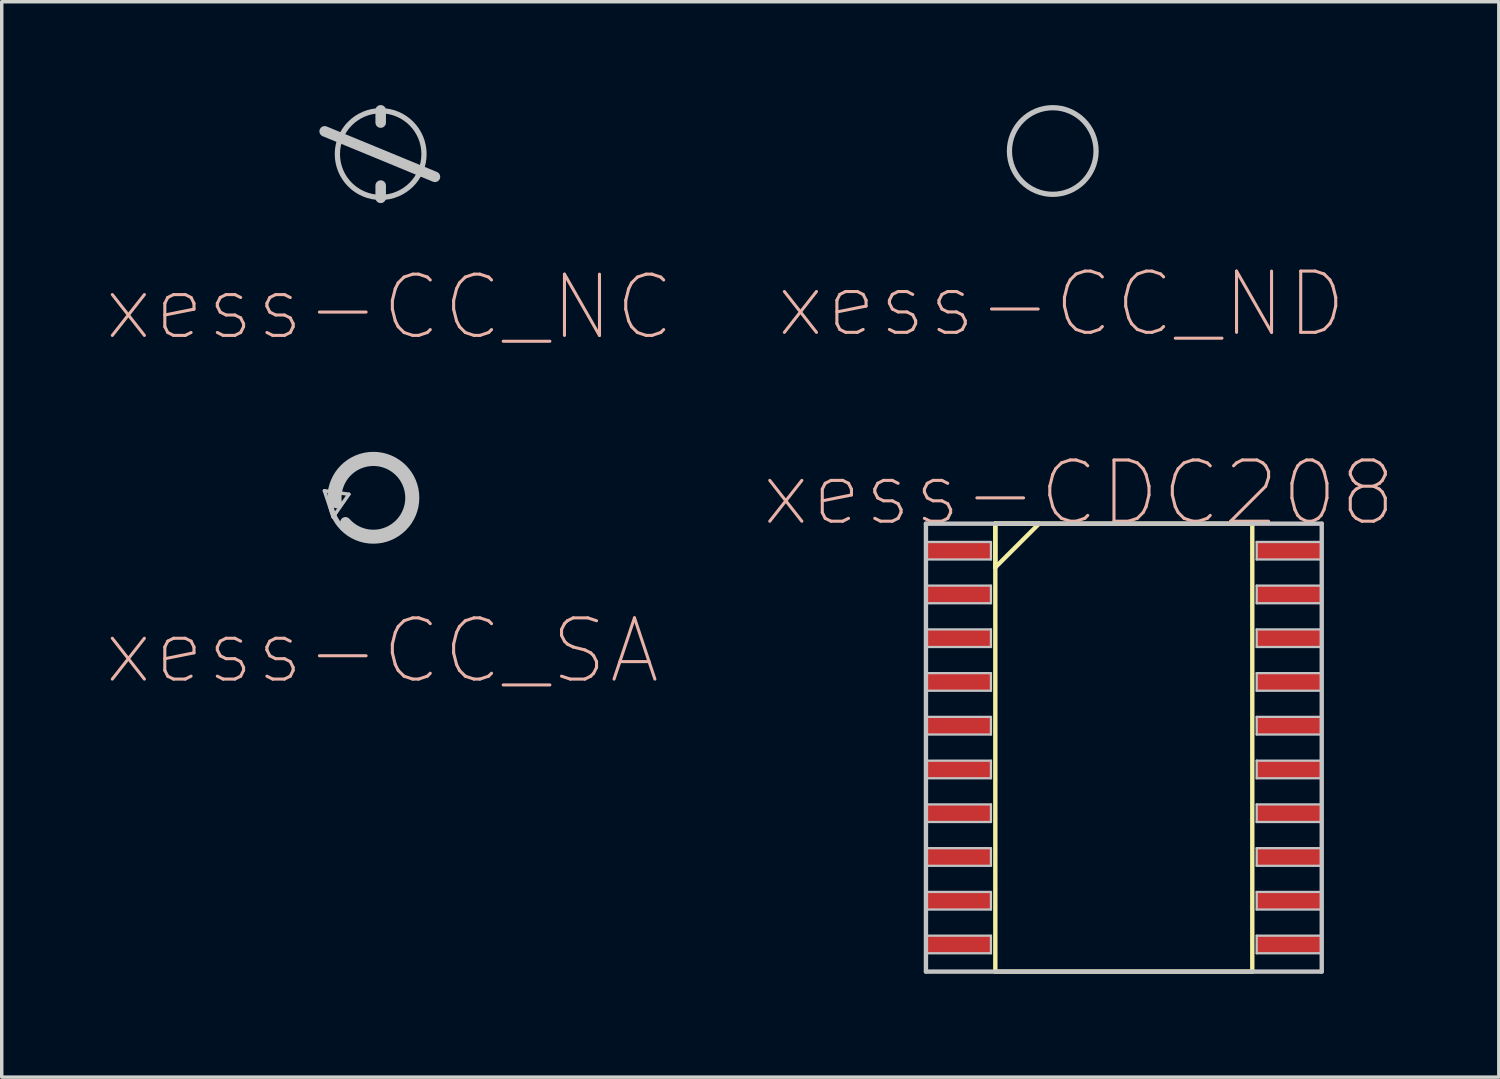
<source format=kicad_pcb>
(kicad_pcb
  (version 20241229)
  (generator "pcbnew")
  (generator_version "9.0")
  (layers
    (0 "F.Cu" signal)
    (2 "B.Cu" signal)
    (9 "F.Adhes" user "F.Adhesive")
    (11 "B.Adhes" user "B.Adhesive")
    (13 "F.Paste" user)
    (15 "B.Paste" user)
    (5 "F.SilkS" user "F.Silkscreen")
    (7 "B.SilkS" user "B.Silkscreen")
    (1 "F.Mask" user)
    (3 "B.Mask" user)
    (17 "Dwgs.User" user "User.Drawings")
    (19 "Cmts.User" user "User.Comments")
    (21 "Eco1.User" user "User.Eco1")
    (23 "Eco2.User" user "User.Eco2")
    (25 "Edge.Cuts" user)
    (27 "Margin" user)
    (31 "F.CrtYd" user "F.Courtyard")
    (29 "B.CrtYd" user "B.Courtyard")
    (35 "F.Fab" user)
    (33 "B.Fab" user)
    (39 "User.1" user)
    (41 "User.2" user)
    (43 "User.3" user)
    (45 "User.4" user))
  (footprint "xess-CDC208"
    (layer "F.Cu")
    (at 24.878 12.934)
    (property "Reference" "xess-CDC208" (at 3.388 -1.674 0) (layer "B.SilkS") (effects (font (size 1.778 1.778) (thickness 0.089))))
    (attr smd)
    (fp_line (start 0.96 -0.785) (end 0.96 0.483) (stroke (width 0.127) (type solid)) (layer "F.SilkS"))
    (fp_line (start 0.96 -0.785) (end 0.96 12.215) (stroke (width 0.127) (type solid)) (layer "F.SilkS"))
    (fp_line (start 0.96 0.483) (end 2.23 -0.785) (stroke (width 0.127) (type solid)) (layer "F.SilkS"))
    (fp_line (start 0.96 12.215) (end 8.418 12.215) (stroke (width 0.127) (type solid)) (layer "F.SilkS"))
    (fp_line (start 2.23 -0.785) (end 0.96 -0.785) (stroke (width 0.127) (type solid)) (layer "F.SilkS"))
    (fp_line (start 8.418 -0.785) (end 0.96 -0.785) (stroke (width 0.127) (type solid)) (layer "F.SilkS"))
    (fp_line (start 8.418 12.215) (end 8.418 -0.785) (stroke (width 0.127) (type solid)) (layer "F.SilkS"))
    (fp_line (start -1.054 -0.785) (end -1.054 12.215) (stroke (width 0.127) (type solid)) (layer "Dwgs.User"))
    (fp_line (start -1.054 -0.254) (end 0.833 -0.254) (stroke (width 0.066) (type solid)) (layer "Dwgs.User"))
    (fp_line (start -1.054 0.254) (end -1.054 -0.254) (stroke (width 0.066) (type solid)) (layer "Dwgs.User"))
    (fp_line (start -1.054 0.254) (end 0.833 0.254) (stroke (width 0.066) (type solid)) (layer "Dwgs.User"))
    (fp_line (start -1.054 1.013) (end 0.833 1.013) (stroke (width 0.066) (type solid)) (layer "Dwgs.User"))
    (fp_line (start -1.054 1.524) (end -1.054 1.013) (stroke (width 0.066) (type solid)) (layer "Dwgs.User"))
    (fp_line (start -1.054 1.524) (end 0.833 1.524) (stroke (width 0.066) (type solid)) (layer "Dwgs.User"))
    (fp_line (start -1.054 2.283) (end 0.833 2.283) (stroke (width 0.066) (type solid)) (layer "Dwgs.User"))
    (fp_line (start -1.054 2.794) (end -1.054 2.283) (stroke (width 0.066) (type solid)) (layer "Dwgs.User"))
    (fp_line (start -1.054 2.794) (end 0.833 2.794) (stroke (width 0.066) (type solid)) (layer "Dwgs.User"))
    (fp_line (start -1.054 3.553) (end 0.833 3.553) (stroke (width 0.066) (type solid)) (layer "Dwgs.User"))
    (fp_line (start -1.054 4.064) (end -1.054 3.553) (stroke (width 0.066) (type solid)) (layer "Dwgs.User"))
    (fp_line (start -1.054 4.064) (end 0.833 4.064) (stroke (width 0.066) (type solid)) (layer "Dwgs.User"))
    (fp_line (start -1.054 4.823) (end 0.833 4.823) (stroke (width 0.066) (type solid)) (layer "Dwgs.User"))
    (fp_line (start -1.054 5.334) (end -1.054 4.823) (stroke (width 0.066) (type solid)) (layer "Dwgs.User"))
    (fp_line (start -1.054 5.334) (end 0.833 5.334) (stroke (width 0.066) (type solid)) (layer "Dwgs.User"))
    (fp_line (start -1.054 6.093) (end 0.833 6.093) (stroke (width 0.066) (type solid)) (layer "Dwgs.User"))
    (fp_line (start -1.054 6.604) (end -1.054 6.093) (stroke (width 0.066) (type solid)) (layer "Dwgs.User"))
    (fp_line (start -1.054 6.604) (end 0.833 6.604) (stroke (width 0.066) (type solid)) (layer "Dwgs.User"))
    (fp_line (start -1.054 7.363) (end 0.833 7.363) (stroke (width 0.066) (type solid)) (layer "Dwgs.User"))
    (fp_line (start -1.054 7.874) (end -1.054 7.363) (stroke (width 0.066) (type solid)) (layer "Dwgs.User"))
    (fp_line (start -1.054 7.874) (end 0.833 7.874) (stroke (width 0.066) (type solid)) (layer "Dwgs.User"))
    (fp_line (start -1.054 8.633) (end 0.833 8.633) (stroke (width 0.066) (type solid)) (layer "Dwgs.User"))
    (fp_line (start -1.054 9.144) (end -1.054 8.633) (stroke (width 0.066) (type solid)) (layer "Dwgs.User"))
    (fp_line (start -1.054 9.144) (end 0.833 9.144) (stroke (width 0.066) (type solid)) (layer "Dwgs.User"))
    (fp_line (start -1.054 9.903) (end 0.833 9.903) (stroke (width 0.066) (type solid)) (layer "Dwgs.User"))
    (fp_line (start -1.054 10.414) (end -1.054 9.903) (stroke (width 0.066) (type solid)) (layer "Dwgs.User"))
    (fp_line (start -1.054 10.414) (end 0.833 10.414) (stroke (width 0.066) (type solid)) (layer "Dwgs.User"))
    (fp_line (start -1.054 11.173) (end 0.833 11.173) (stroke (width 0.066) (type solid)) (layer "Dwgs.User"))
    (fp_line (start -1.054 11.684) (end -1.054 11.173) (stroke (width 0.066) (type solid)) (layer "Dwgs.User"))
    (fp_line (start -1.054 11.684) (end 0.833 11.684) (stroke (width 0.066) (type solid)) (layer "Dwgs.User"))
    (fp_line (start -1.054 12.215) (end 10.434 12.215) (stroke (width 0.127) (type solid)) (layer "Dwgs.User"))
    (fp_line (start 0.833 0.254) (end 0.833 -0.254) (stroke (width 0.066) (type solid)) (layer "Dwgs.User"))
    (fp_line (start 0.833 1.524) (end 0.833 1.013) (stroke (width 0.066) (type solid)) (layer "Dwgs.User"))
    (fp_line (start 0.833 2.794) (end 0.833 2.283) (stroke (width 0.066) (type solid)) (layer "Dwgs.User"))
    (fp_line (start 0.833 4.064) (end 0.833 3.553) (stroke (width 0.066) (type solid)) (layer "Dwgs.User"))
    (fp_line (start 0.833 5.334) (end 0.833 4.823) (stroke (width 0.066) (type solid)) (layer "Dwgs.User"))
    (fp_line (start 0.833 6.604) (end 0.833 6.093) (stroke (width 0.066) (type solid)) (layer "Dwgs.User"))
    (fp_line (start 0.833 7.874) (end 0.833 7.363) (stroke (width 0.066) (type solid)) (layer "Dwgs.User"))
    (fp_line (start 0.833 9.144) (end 0.833 8.633) (stroke (width 0.066) (type solid)) (layer "Dwgs.User"))
    (fp_line (start 0.833 10.414) (end 0.833 9.903) (stroke (width 0.066) (type solid)) (layer "Dwgs.User"))
    (fp_line (start 0.833 11.684) (end 0.833 11.173) (stroke (width 0.066) (type solid)) (layer "Dwgs.User"))
    (fp_line (start 8.545 -0.254) (end 10.434 -0.254) (stroke (width 0.066) (type solid)) (layer "Dwgs.User"))
    (fp_line (start 8.545 0.254) (end 8.545 -0.254) (stroke (width 0.066) (type solid)) (layer "Dwgs.User"))
    (fp_line (start 8.545 0.254) (end 10.434 0.254) (stroke (width 0.066) (type solid)) (layer "Dwgs.User"))
    (fp_line (start 8.545 1.013) (end 10.434 1.013) (stroke (width 0.066) (type solid)) (layer "Dwgs.User"))
    (fp_line (start 8.545 1.524) (end 8.545 1.013) (stroke (width 0.066) (type solid)) (layer "Dwgs.User"))
    (fp_line (start 8.545 1.524) (end 10.434 1.524) (stroke (width 0.066) (type solid)) (layer "Dwgs.User"))
    (fp_line (start 8.545 2.283) (end 10.434 2.283) (stroke (width 0.066) (type solid)) (layer "Dwgs.User"))
    (fp_line (start 8.545 2.794) (end 8.545 2.283) (stroke (width 0.066) (type solid)) (layer "Dwgs.User"))
    (fp_line (start 8.545 2.794) (end 10.434 2.794) (stroke (width 0.066) (type solid)) (layer "Dwgs.User"))
    (fp_line (start 8.545 3.553) (end 10.434 3.553) (stroke (width 0.066) (type solid)) (layer "Dwgs.User"))
    (fp_line (start 8.545 4.064) (end 8.545 3.553) (stroke (width 0.066) (type solid)) (layer "Dwgs.User"))
    (fp_line (start 8.545 4.064) (end 10.434 4.064) (stroke (width 0.066) (type solid)) (layer "Dwgs.User"))
    (fp_line (start 8.545 4.823) (end 10.434 4.823) (stroke (width 0.066) (type solid)) (layer "Dwgs.User"))
    (fp_line (start 8.545 5.334) (end 8.545 4.823) (stroke (width 0.066) (type solid)) (layer "Dwgs.User"))
    (fp_line (start 8.545 5.334) (end 10.434 5.334) (stroke (width 0.066) (type solid)) (layer "Dwgs.User"))
    (fp_line (start 8.545 6.093) (end 10.434 6.093) (stroke (width 0.066) (type solid)) (layer "Dwgs.User"))
    (fp_line (start 8.545 6.604) (end 8.545 6.093) (stroke (width 0.066) (type solid)) (layer "Dwgs.User"))
    (fp_line (start 8.545 6.604) (end 10.434 6.604) (stroke (width 0.066) (type solid)) (layer "Dwgs.User"))
    (fp_line (start 8.545 7.363) (end 10.434 7.363) (stroke (width 0.066) (type solid)) (layer "Dwgs.User"))
    (fp_line (start 8.545 7.874) (end 8.545 7.363) (stroke (width 0.066) (type solid)) (layer "Dwgs.User"))
    (fp_line (start 8.545 7.874) (end 10.434 7.874) (stroke (width 0.066) (type solid)) (layer "Dwgs.User"))
    (fp_line (start 8.545 8.633) (end 10.434 8.633) (stroke (width 0.066) (type solid)) (layer "Dwgs.User"))
    (fp_line (start 8.545 9.144) (end 8.545 8.633) (stroke (width 0.066) (type solid)) (layer "Dwgs.User"))
    (fp_line (start 8.545 9.144) (end 10.434 9.144) (stroke (width 0.066) (type solid)) (layer "Dwgs.User"))
    (fp_line (start 8.545 9.903) (end 10.434 9.903) (stroke (width 0.066) (type solid)) (layer "Dwgs.User"))
    (fp_line (start 8.545 10.414) (end 8.545 9.903) (stroke (width 0.066) (type solid)) (layer "Dwgs.User"))
    (fp_line (start 8.545 10.414) (end 10.434 10.414) (stroke (width 0.066) (type solid)) (layer "Dwgs.User"))
    (fp_line (start 8.545 11.173) (end 10.434 11.173) (stroke (width 0.066) (type solid)) (layer "Dwgs.User"))
    (fp_line (start 8.545 11.684) (end 8.545 11.173) (stroke (width 0.066) (type solid)) (layer "Dwgs.User"))
    (fp_line (start 8.545 11.684) (end 10.434 11.684) (stroke (width 0.066) (type solid)) (layer "Dwgs.User"))
    (fp_line (start 10.434 -0.785) (end -1.054 -0.785) (stroke (width 0.127) (type solid)) (layer "Dwgs.User"))
    (fp_line (start 10.434 0.254) (end 10.434 -0.254) (stroke (width 0.066) (type solid)) (layer "Dwgs.User"))
    (fp_line (start 10.434 1.524) (end 10.434 1.013) (stroke (width 0.066) (type solid)) (layer "Dwgs.User"))
    (fp_line (start 10.434 2.794) (end 10.434 2.283) (stroke (width 0.066) (type solid)) (layer "Dwgs.User"))
    (fp_line (start 10.434 4.064) (end 10.434 3.553) (stroke (width 0.066) (type solid)) (layer "Dwgs.User"))
    (fp_line (start 10.434 5.334) (end 10.434 4.823) (stroke (width 0.066) (type solid)) (layer "Dwgs.User"))
    (fp_line (start 10.434 6.604) (end 10.434 6.093) (stroke (width 0.066) (type solid)) (layer "Dwgs.User"))
    (fp_line (start 10.434 7.874) (end 10.434 7.363) (stroke (width 0.066) (type solid)) (layer "Dwgs.User"))
    (fp_line (start 10.434 9.144) (end 10.434 8.633) (stroke (width 0.066) (type solid)) (layer "Dwgs.User"))
    (fp_line (start 10.434 10.414) (end 10.434 9.903) (stroke (width 0.066) (type solid)) (layer "Dwgs.User"))
    (fp_line (start 10.434 11.684) (end 10.434 11.173) (stroke (width 0.066) (type solid)) (layer "Dwgs.User"))
    (fp_line (start 10.434 12.215) (end 10.434 -0.785) (stroke (width 0.127) (type solid)) (layer "Dwgs.User"))
    (pad "1" smd rect (at -0.109 0) (size 1.89 0.508) (layers "F.Cu" "F.Mask" "F.Paste"))
    (pad "2" smd rect (at -0.109 1.27) (size 1.89 0.508) (layers "F.Cu" "F.Mask" "F.Paste"))
    (pad "3" smd rect (at -0.109 2.54) (size 1.89 0.508) (layers "F.Cu" "F.Mask" "F.Paste"))
    (pad "4" smd rect (at -0.109 3.81) (size 1.89 0.508) (layers "F.Cu" "F.Mask" "F.Paste"))
    (pad "5" smd rect (at -0.109 5.08) (size 1.89 0.508) (layers "F.Cu" "F.Mask" "F.Paste"))
    (pad "6" smd rect (at -0.109 6.35) (size 1.89 0.508) (layers "F.Cu" "F.Mask" "F.Paste"))
    (pad "7" smd rect (at -0.109 7.62) (size 1.89 0.508) (layers "F.Cu" "F.Mask" "F.Paste"))
    (pad "8" smd rect (at -0.109 8.89) (size 1.89 0.508) (layers "F.Cu" "F.Mask" "F.Paste"))
    (pad "9" smd rect (at -0.109 10.16) (size 1.89 0.508) (layers "F.Cu" "F.Mask" "F.Paste"))
    (pad "10" smd rect (at -0.109 11.43) (size 1.89 0.508) (layers "F.Cu" "F.Mask" "F.Paste"))
    (pad "11" smd rect (at 9.489 11.43) (size 1.89 0.508) (layers "F.Cu" "F.Mask" "F.Paste"))
    (pad "12" smd rect (at 9.489 10.16) (size 1.89 0.508) (layers "F.Cu" "F.Mask" "F.Paste"))
    (pad "13" smd rect (at 9.489 8.89) (size 1.89 0.508) (layers "F.Cu" "F.Mask" "F.Paste"))
    (pad "14" smd rect (at 9.489 7.62) (size 1.89 0.508) (layers "F.Cu" "F.Mask" "F.Paste"))
    (pad "15" smd rect (at 9.489 6.35) (size 1.89 0.508) (layers "F.Cu" "F.Mask" "F.Paste"))
    (pad "16" smd rect (at 9.489 5.08) (size 1.89 0.508) (layers "F.Cu" "F.Mask" "F.Paste"))
    (pad "17" smd rect (at 9.489 3.81) (size 1.89 0.508) (layers "F.Cu" "F.Mask" "F.Paste"))
    (pad "18" smd rect (at 9.489 2.54) (size 1.89 0.508) (layers "F.Cu" "F.Mask" "F.Paste"))
    (pad "19" smd rect (at 9.489 1.27) (size 1.89 0.508) (layers "F.Cu" "F.Mask" "F.Paste"))
    (pad "20" smd rect (at 9.489 0) (size 1.89 0.508) (layers "F.Cu" "F.Mask" "F.Paste")))
  (footprint "xess-CC_NC"
    (layer "F.Cu")
    (at 7.999 1.422)
    (property "Reference" "xess-CC_NC" (at 0.254 4.445 0) (layer "B.SilkS") (effects (font (size 1.778 1.778) (thickness 0.089))))
    (attr exclude_from_pos_files exclude_from_bom)
    (fp_line (start -1.626 -0.66) (end 1.575 0.66) (stroke (width 0.305) (type solid)) (layer "Dwgs.User"))
    (fp_line (start 0 -0.914) (end 0 -1.27) (stroke (width 0.305) (type solid)) (layer "Dwgs.User"))
    (fp_line (start 0 1.27) (end 0 0.914) (stroke (width 0.305) (type solid)) (layer "Dwgs.User"))
    (fp_circle (center 0 0) (end -0.889 0.889) (stroke (width 0.152) (type solid)) (fill no) (layer "Dwgs.User")))
  (footprint "xess-CC_ND"
    (layer "F.Cu")
    (at 27.505 1.333)
    (property "Reference" "xess-CC_ND" (at 0.254 4.445 0) (layer "B.SilkS") (effects (font (size 1.778 1.778) (thickness 0.089))))
    (attr exclude_from_pos_files exclude_from_bom)
    (fp_circle (center 0 0) (end -0.889 0.889) (stroke (width 0.152) (type solid)) (fill no) (layer "Dwgs.User")))
  (footprint "xess-CC_SA"
    (layer "F.Cu")
    (at 7.787 11.397)
    (property "Reference" "xess-CC_SA" (at 0.254 4.445 0) (layer "B.SilkS") (effects (font (size 1.778 1.778) (thickness 0.089))))
    (attr exclude_from_pos_files exclude_from_bom)
    (fp_line (start -1.422 -0.203) (end -1.168 0.559) (stroke (width 0.1) (type solid)) (layer "Dwgs.User"))
    (fp_line (start -1.168 0.559) (end -0.711 -0.102) (stroke (width 0.1) (type solid)) (layer "Dwgs.User"))
    (fp_line (start -0.711 -0.102) (end -1.422 -0.203) (stroke (width 0.1) (type solid)) (layer "Dwgs.User"))
    (fp_arc (start -1.0668 0.1524) (mid 0.979525 -0.445847) (end -0.810602 0.712078) (stroke (width 0.3048) (type solid)) (layer "Dwgs.User"))
    (fp_circle (center 0 0) (end -0.889 0.889) (stroke (width 0.152) (type solid)) (fill no) (layer "Dwgs.User")))
  (gr_rect
    (start -3 -3)
    (end 40.451 28.212)
    (stroke (width 0.1) (type default))
    (fill no)
    (layer "Edge.Cuts")))
</source>
